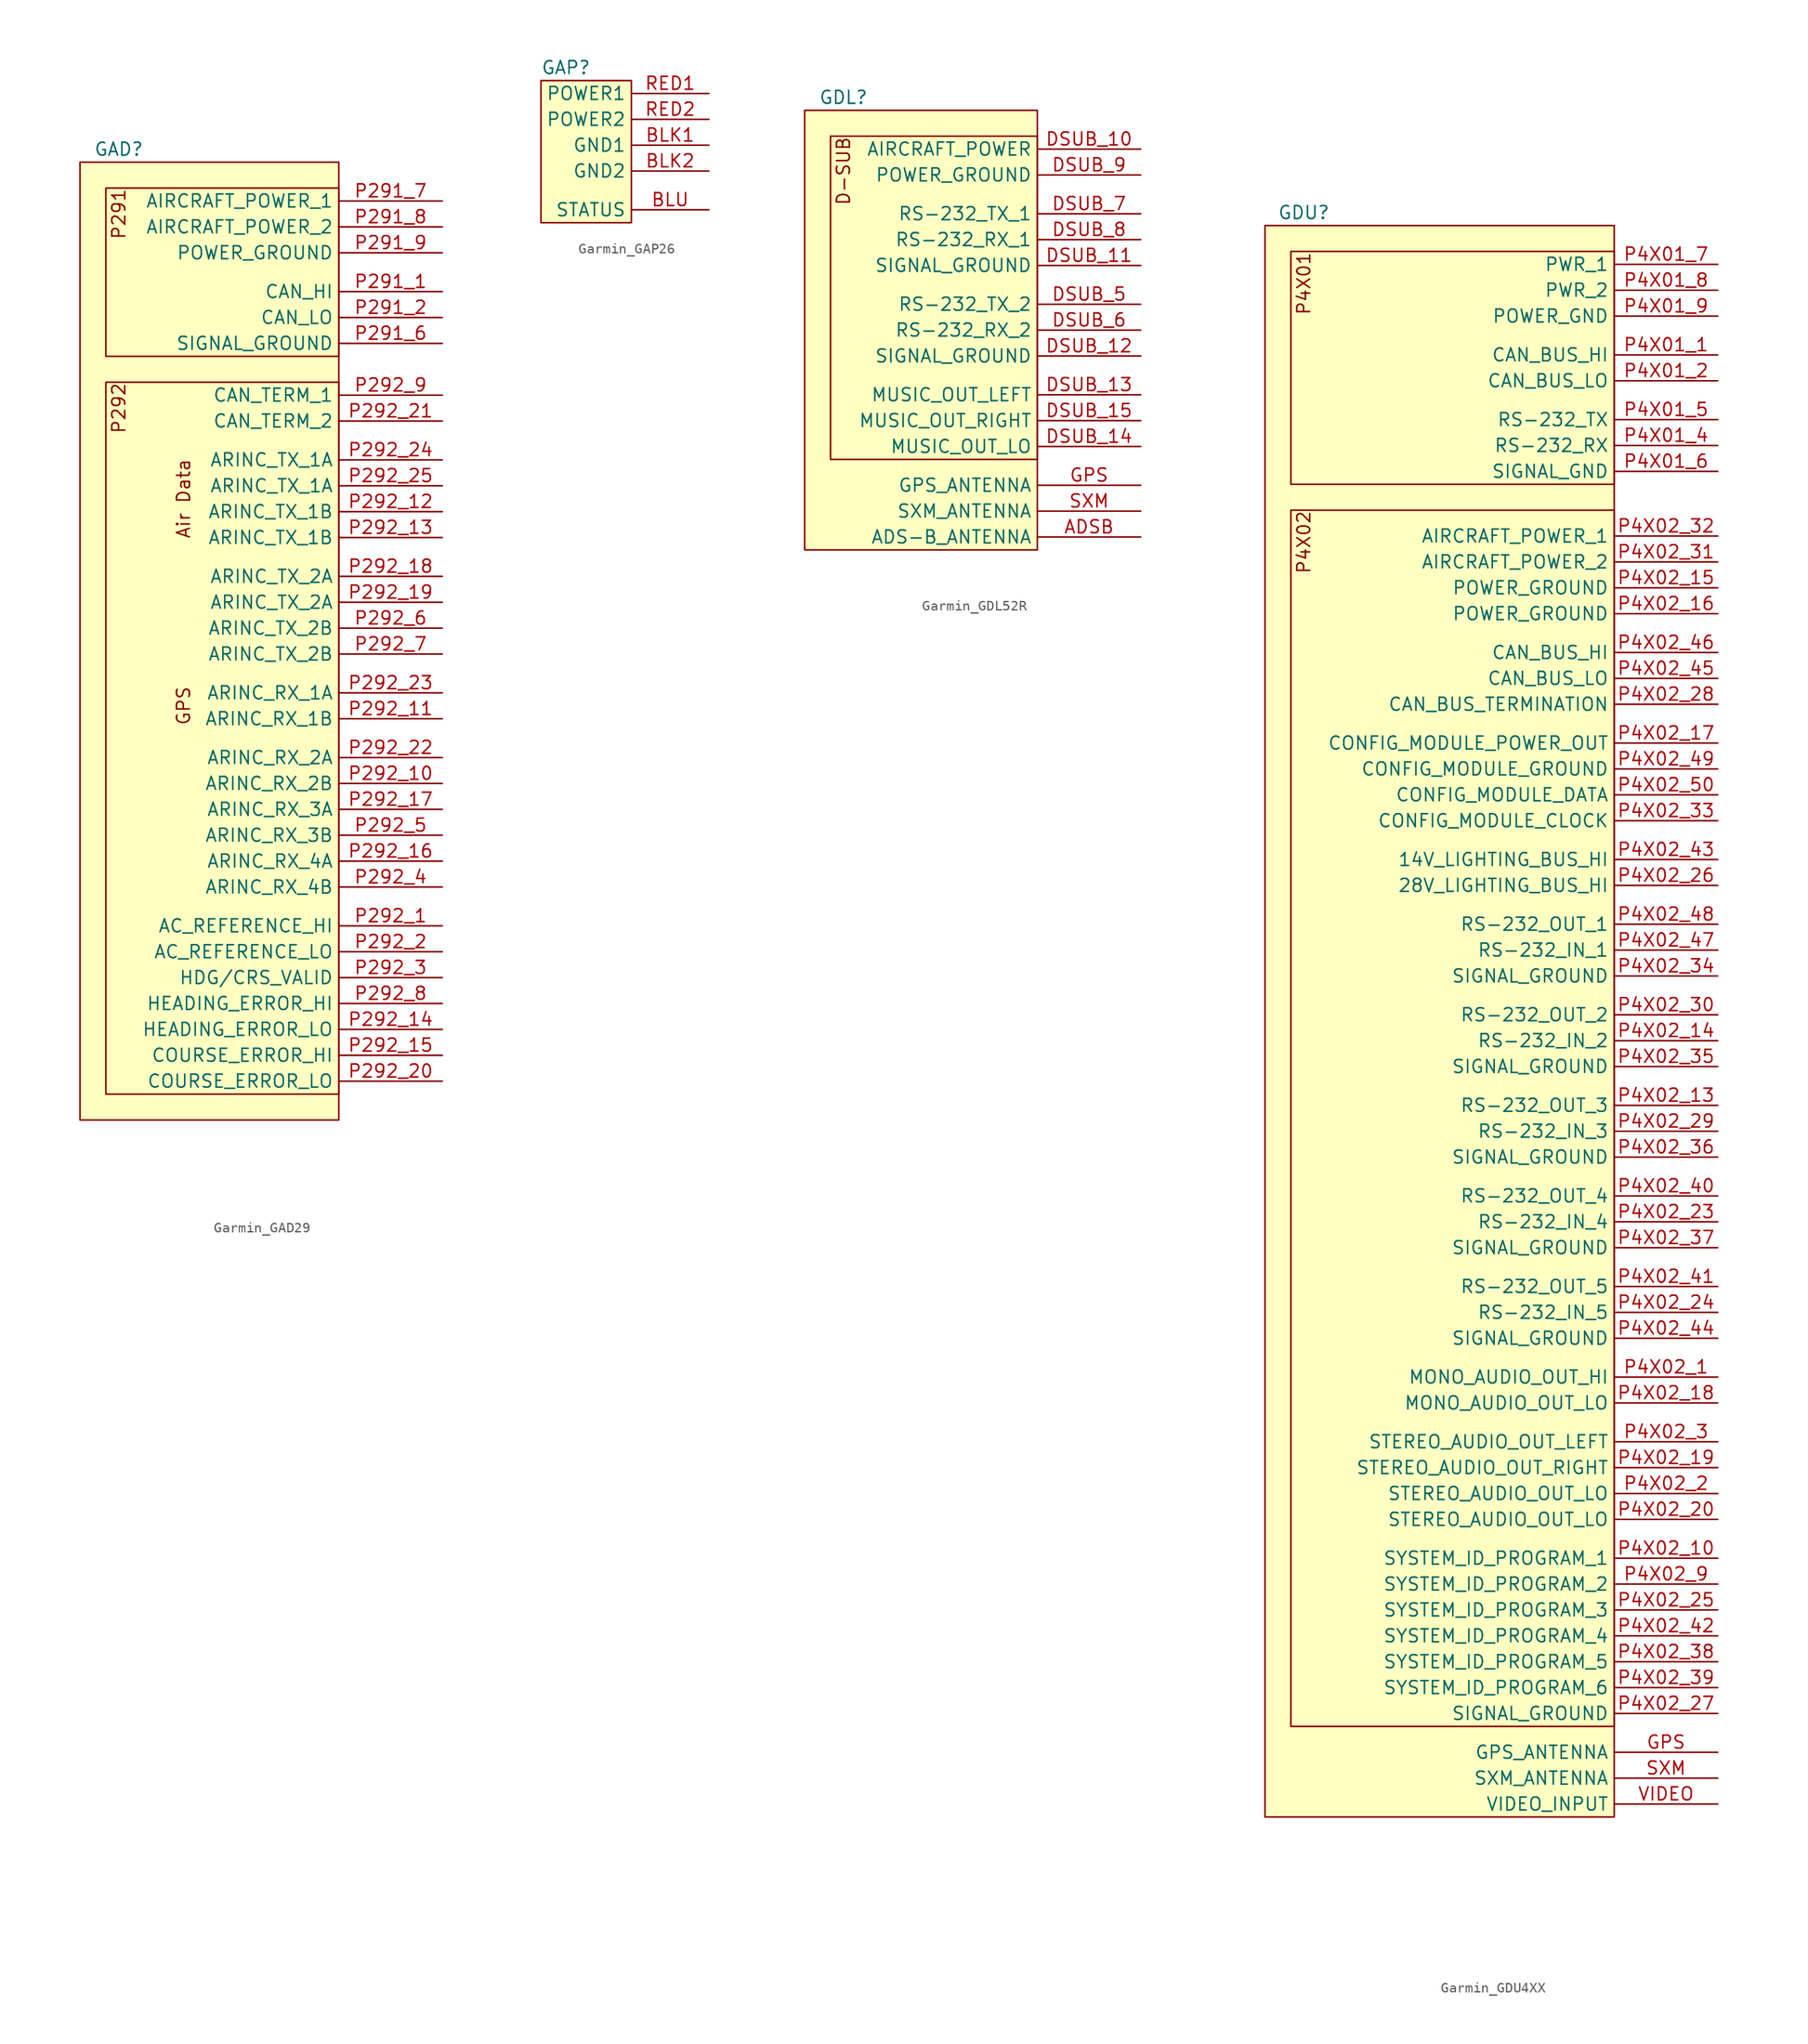
<source format=kicad_sym>
(kicad_symbol_lib
  (version 20220914)
  (generator kicad_symbol_editor)
  (symbol "Garmin_GAD29"
    (property "Reference" "GAD"
      (at 3.81 1.27 0)
      (effects (font (size 1.27 1.27))))
    (property "Value" ""
      (at 0 0 0)
      (effects (font (size 1.27 1.27))))
    (symbol "Garmin_GAD29_1_1"
      (rectangle (start 0 0) (end 25.4 -93.98) (stroke (width 0) (type default)) (fill (type background)))
      (rectangle (start 2.54 -21.59) (end 25.4 -91.44) (stroke (width 0) (type default)) (fill (type background)))
      (rectangle (start 2.54 -2.54) (end 25.4 -19.05) (stroke (width 0) (type default)) (fill (type background)))
      (text "Air Data" (at 10.16 -33.02 900) (effects (font (size 1.27 1.27))))
      (text "GPS" (at 10.16 -53.34 900) (effects (font (size 1.27 1.27))))
      (text "P291" (at 3.81 -2.54 900) (effects (font (size 1.27 1.27)) (justify right)))
      (text "P292" (at 3.81 -21.59 900) (effects (font (size 1.27 1.27)) (justify right)))
      (pin bidirectional line (at 35.56 -12.7 180) (length 10.16) (name "CAN_HI" (effects (font (size 1.27 1.27)))) (number "P291_1" (effects (font (size 1.27 1.27)))))
      (pin bidirectional line (at 35.56 -15.24 180) (length 10.16) (name "CAN_LO" (effects (font (size 1.27 1.27)))) (number "P291_2" (effects (font (size 1.27 1.27)))))
      (pin bidirectional line (at 35.56 -17.78 180) (length 10.16) (name "SIGNAL_GROUND" (effects (font (size 1.27 1.27)))) (number "P291_6" (effects (font (size 1.27 1.27)))))
      (pin power_in line (at 35.56 -3.81 180) (length 10.16) (name "AIRCRAFT_POWER_1" (effects (font (size 1.27 1.27)))) (number "P291_7" (effects (font (size 1.27 1.27)))))
      (pin power_in line (at 35.56 -6.35 180) (length 10.16) (name "AIRCRAFT_POWER_2" (effects (font (size 1.27 1.27)))) (number "P291_8" (effects (font (size 1.27 1.27)))))
      (pin bidirectional line (at 35.56 -8.89 180) (length 10.16) (name "POWER_GROUND" (effects (font (size 1.27 1.27)))) (number "P291_9" (effects (font (size 1.27 1.27)))))
      (pin input line (at 35.56 -74.93 180) (length 10.16) (name "AC_REFERENCE_HI" (effects (font (size 1.27 1.27)))) (number "P292_1" (effects (font (size 1.27 1.27)))))
      (pin input line (at 35.56 -60.96 180) (length 10.16) (name "ARINC_RX_2B" (effects (font (size 1.27 1.27)))) (number "P292_10" (effects (font (size 1.27 1.27)))))
      (pin input line (at 35.56 -54.61 180) (length 10.16) (name "ARINC_RX_1B" (effects (font (size 1.27 1.27)))) (number "P292_11" (effects (font (size 1.27 1.27)))))
      (pin output line (at 35.56 -34.29 180) (length 10.16) (name "ARINC_TX_1B" (effects (font (size 1.27 1.27)))) (number "P292_12" (effects (font (size 1.27 1.27)))))
      (pin output line (at 35.56 -36.83 180) (length 10.16) (name "ARINC_TX_1B" (effects (font (size 1.27 1.27)))) (number "P292_13" (effects (font (size 1.27 1.27)))))
      (pin bidirectional line (at 35.56 -85.09 180) (length 10.16) (name "HEADING_ERROR_LO" (effects (font (size 1.27 1.27)))) (number "P292_14" (effects (font (size 1.27 1.27)))))
      (pin output line (at 35.56 -87.63 180) (length 10.16) (name "COURSE_ERROR_HI" (effects (font (size 1.27 1.27)))) (number "P292_15" (effects (font (size 1.27 1.27)))))
      (pin input line (at 35.56 -68.58 180) (length 10.16) (name "ARINC_RX_4A" (effects (font (size 1.27 1.27)))) (number "P292_16" (effects (font (size 1.27 1.27)))))
      (pin input line (at 35.56 -63.5 180) (length 10.16) (name "ARINC_RX_3A" (effects (font (size 1.27 1.27)))) (number "P292_17" (effects (font (size 1.27 1.27)))))
      (pin output line (at 35.56 -40.64 180) (length 10.16) (name "ARINC_TX_2A" (effects (font (size 1.27 1.27)))) (number "P292_18" (effects (font (size 1.27 1.27)))))
      (pin output line (at 35.56 -43.18 180) (length 10.16) (name "ARINC_TX_2A" (effects (font (size 1.27 1.27)))) (number "P292_19" (effects (font (size 1.27 1.27)))))
      (pin bidirectional line (at 35.56 -77.47 180) (length 10.16) (name "AC_REFERENCE_LO" (effects (font (size 1.27 1.27)))) (number "P292_2" (effects (font (size 1.27 1.27)))))
      (pin bidirectional line (at 35.56 -90.17 180) (length 10.16) (name "COURSE_ERROR_LO" (effects (font (size 1.27 1.27)))) (number "P292_20" (effects (font (size 1.27 1.27)))))
      (pin bidirectional line (at 35.56 -25.4 180) (length 10.16) (name "CAN_TERM_2" (effects (font (size 1.27 1.27)))) (number "P292_21" (effects (font (size 1.27 1.27)))))
      (pin input line (at 35.56 -58.42 180) (length 10.16) (name "ARINC_RX_2A" (effects (font (size 1.27 1.27)))) (number "P292_22" (effects (font (size 1.27 1.27)))))
      (pin input line (at 35.56 -52.07 180) (length 10.16) (name "ARINC_RX_1A" (effects (font (size 1.27 1.27)))) (number "P292_23" (effects (font (size 1.27 1.27)))))
      (pin output line (at 35.56 -29.21 180) (length 10.16) (name "ARINC_TX_1A" (effects (font (size 1.27 1.27)))) (number "P292_24" (effects (font (size 1.27 1.27)))))
      (pin output line (at 35.56 -31.75 180) (length 10.16) (name "ARINC_TX_1A" (effects (font (size 1.27 1.27)))) (number "P292_25" (effects (font (size 1.27 1.27)))))
      (pin output line (at 35.56 -80.01 180) (length 10.16) (name "HDG/CRS_VALID" (effects (font (size 1.27 1.27)))) (number "P292_3" (effects (font (size 1.27 1.27)))))
      (pin input line (at 35.56 -71.12 180) (length 10.16) (name "ARINC_RX_4B" (effects (font (size 1.27 1.27)))) (number "P292_4" (effects (font (size 1.27 1.27)))))
      (pin input line (at 35.56 -66.04 180) (length 10.16) (name "ARINC_RX_3B" (effects (font (size 1.27 1.27)))) (number "P292_5" (effects (font (size 1.27 1.27)))))
      (pin output line (at 35.56 -45.72 180) (length 10.16) (name "ARINC_TX_2B" (effects (font (size 1.27 1.27)))) (number "P292_6" (effects (font (size 1.27 1.27)))))
      (pin output line (at 35.56 -48.26 180) (length 10.16) (name "ARINC_TX_2B" (effects (font (size 1.27 1.27)))) (number "P292_7" (effects (font (size 1.27 1.27)))))
      (pin output line (at 35.56 -82.55 180) (length 10.16) (name "HEADING_ERROR_HI" (effects (font (size 1.27 1.27)))) (number "P292_8" (effects (font (size 1.27 1.27)))))
      (pin bidirectional line (at 35.56 -22.86 180) (length 10.16) (name "CAN_TERM_1" (effects (font (size 1.27 1.27)))) (number "P292_9" (effects (font (size 1.27 1.27)))))))
  (symbol "Garmin_GAP26"
    (property "Reference" "GAP"
      (at 0 1.27 0)
      (effects (font (size 1.27 1.27)) (justify left)))
    (property "Value" ""
      (at 5.08 0 0)
      (effects (font (size 1.27 1.27))))
    (symbol "Garmin_GAP26_1_1"
      (rectangle (start 0 0) (end 8.89 -13.97) (stroke (width 0) (type default)) (fill (type background)))
      (pin bidirectional line (at 16.51 -6.35 180) (length 7.62) (name "GND1" (effects (font (size 1.27 1.27)))) (number "BLK1" (effects (font (size 1.27 1.27)))))
      (pin bidirectional line (at 16.51 -8.89 180) (length 7.62) (name "GND2" (effects (font (size 1.27 1.27)))) (number "BLK2" (effects (font (size 1.27 1.27)))))
      (pin output line (at 16.51 -12.7 180) (length 7.62) (name "STATUS" (effects (font (size 1.27 1.27)))) (number "BLU" (effects (font (size 1.27 1.27)))))
      (pin power_in line (at 16.51 -1.27 180) (length 7.62) (name "POWER1" (effects (font (size 1.27 1.27)))) (number "RED1" (effects (font (size 1.27 1.27)))))
      (pin power_in line (at 16.51 -3.81 180) (length 7.62) (name "POWER2" (effects (font (size 1.27 1.27)))) (number "RED2" (effects (font (size 1.27 1.27)))))))
  (symbol "Garmin_GDL52R"
    (property "Reference" "GDL"
      (at 3.81 1.27 0)
      (effects (font (size 1.27 1.27))))
    (property "Value" ""
      (at 2.54 -1.27 0)
      (effects (font (size 1.27 1.27))))
    (symbol "Garmin_GDL52R_1_1"
      (rectangle (start 0 0) (end 22.86 -43.18) (stroke (width 0) (type default)) (fill (type background)))
      (rectangle (start 2.54 -2.54) (end 22.86 -34.29) (stroke (width 0) (type default)) (fill (type background)))
      (text "D-SUB" (at 3.81 -2.54 900) (effects (font (size 1.27 1.27)) (justify right)))
      (pin input line (at 33.02 -41.91 180) (length 10.16) (name "ADS-B_ANTENNA" (effects (font (size 1.27 1.27)))) (number "ADSB" (effects (font (size 1.27 1.27)))))
      (pin input line (at 33.02 -3.81 180) (length 10.16) (name "AIRCRAFT_POWER" (effects (font (size 1.27 1.27)))) (number "DSUB_10" (effects (font (size 1.27 1.27)))))
      (pin bidirectional line (at 33.02 -15.24 180) (length 10.16) (name "SIGNAL_GROUND" (effects (font (size 1.27 1.27)))) (number "DSUB_11" (effects (font (size 1.27 1.27)))))
      (pin bidirectional line (at 33.02 -24.13 180) (length 10.16) (name "SIGNAL_GROUND" (effects (font (size 1.27 1.27)))) (number "DSUB_12" (effects (font (size 1.27 1.27)))))
      (pin output line (at 33.02 -27.94 180) (length 10.16) (name "MUSIC_OUT_LEFT" (effects (font (size 1.27 1.27)))) (number "DSUB_13" (effects (font (size 1.27 1.27)))))
      (pin bidirectional line (at 33.02 -33.02 180) (length 10.16) (name "MUSIC_OUT_LO" (effects (font (size 1.27 1.27)))) (number "DSUB_14" (effects (font (size 1.27 1.27)))))
      (pin output line (at 33.02 -30.48 180) (length 10.16) (name "MUSIC_OUT_RIGHT" (effects (font (size 1.27 1.27)))) (number "DSUB_15" (effects (font (size 1.27 1.27)))))
      (pin output line (at 33.02 -19.05 180) (length 10.16) (name "RS-232_TX_2" (effects (font (size 1.27 1.27)))) (number "DSUB_5" (effects (font (size 1.27 1.27)))))
      (pin input line (at 33.02 -21.59 180) (length 10.16) (name "RS-232_RX_2" (effects (font (size 1.27 1.27)))) (number "DSUB_6" (effects (font (size 1.27 1.27)))))
      (pin output line (at 33.02 -10.16 180) (length 10.16) (name "RS-232_TX_1" (effects (font (size 1.27 1.27)))) (number "DSUB_7" (effects (font (size 1.27 1.27)))))
      (pin input line (at 33.02 -12.7 180) (length 10.16) (name "RS-232_RX_1" (effects (font (size 1.27 1.27)))) (number "DSUB_8" (effects (font (size 1.27 1.27)))))
      (pin bidirectional line (at 33.02 -6.35 180) (length 10.16) (name "POWER_GROUND" (effects (font (size 1.27 1.27)))) (number "DSUB_9" (effects (font (size 1.27 1.27)))))
      (pin input line (at 33.02 -36.83 180) (length 10.16) (name "GPS_ANTENNA" (effects (font (size 1.27 1.27)))) (number "GPS" (effects (font (size 1.27 1.27)))))
      (pin input line (at 33.02 -39.37 180) (length 10.16) (name "SXM_ANTENNA" (effects (font (size 1.27 1.27)))) (number "SXM" (effects (font (size 1.27 1.27)))))))
  (symbol "Garmin_GDU4XX"
    (property "Reference" "GDU"
      (at 3.81 1.27 0)
      (effects (font (size 1.27 1.27))))
    (property "Value" ""
      (at 2.54 0 0)
      (effects (font (size 1.27 1.27))))
    (symbol "Garmin_GDU4XX_1_1"
      (rectangle (start 0 0) (end 34.29 -156.21) (stroke (width 0) (type default)) (fill (type background)))
      (rectangle (start 2.54 -27.94) (end 34.29 -147.32) (stroke (width 0) (type default)) (fill (type background)))
      (rectangle (start 2.54 -2.54) (end 34.29 -25.4) (stroke (width 0) (type default)) (fill (type background)))
      (text "P4X01" (at 3.81 -2.54 900) (effects (font (size 1.27 1.27)) (justify right)))
      (text "P4X02" (at 3.81 -27.94 900) (effects (font (size 1.27 1.27)) (justify right)))
      (pin input line (at 44.45 -149.86 180) (length 10.16) (name "GPS_ANTENNA" (effects (font (size 1.27 1.27)))) (number "GPS" (effects (font (size 1.27 1.27)))))
      (pin bidirectional line (at 44.45 -12.7 180) (length 10.16) (name "CAN_BUS_HI" (effects (font (size 1.27 1.27)))) (number "P4X01_1" (effects (font (size 1.27 1.27)))))
      (pin bidirectional line (at 44.45 -15.24 180) (length 10.16) (name "CAN_BUS_LO" (effects (font (size 1.27 1.27)))) (number "P4X01_2" (effects (font (size 1.27 1.27)))))
      (pin input line (at 44.45 -21.59 180) (length 10.16) (name "RS-232_RX" (effects (font (size 1.27 1.27)))) (number "P4X01_4" (effects (font (size 1.27 1.27)))))
      (pin output line (at 44.45 -19.05 180) (length 10.16) (name "RS-232_TX" (effects (font (size 1.27 1.27)))) (number "P4X01_5" (effects (font (size 1.27 1.27)))))
      (pin passive line (at 44.45 -24.13 180) (length 10.16) (name "SIGNAL_GND" (effects (font (size 1.27 1.27)))) (number "P4X01_6" (effects (font (size 1.27 1.27)))))
      (pin power_in line (at 44.45 -3.81 180) (length 10.16) (name "PWR_1" (effects (font (size 1.27 1.27)))) (number "P4X01_7" (effects (font (size 1.27 1.27)))))
      (pin power_in line (at 44.45 -6.35 180) (length 10.16) (name "PWR_2" (effects (font (size 1.27 1.27)))) (number "P4X01_8" (effects (font (size 1.27 1.27)))))
      (pin passive line (at 44.45 -8.89 180) (length 10.16) (name "POWER_GND" (effects (font (size 1.27 1.27)))) (number "P4X01_9" (effects (font (size 1.27 1.27)))))
      (pin output line (at 44.45 -113.03 180) (length 10.16) (name "MONO_AUDIO_OUT_HI" (effects (font (size 1.27 1.27)))) (number "P4X02_1" (effects (font (size 1.27 1.27)))))
      (pin bidirectional line (at 44.45 -130.81 180) (length 10.16) (name "SYSTEM_ID_PROGRAM_1" (effects (font (size 1.27 1.27)))) (number "P4X02_10" (effects (font (size 1.27 1.27)))))
      (pin output line (at 44.45 -86.36 180) (length 10.16) (name "RS-232_OUT_3" (effects (font (size 1.27 1.27)))) (number "P4X02_13" (effects (font (size 1.27 1.27)))))
      (pin input line (at 44.45 -80.01 180) (length 10.16) (name "RS-232_IN_2" (effects (font (size 1.27 1.27)))) (number "P4X02_14" (effects (font (size 1.27 1.27)))))
      (pin passive line (at 44.45 -35.56 180) (length 10.16) (name "POWER_GROUND" (effects (font (size 1.27 1.27)))) (number "P4X02_15" (effects (font (size 1.27 1.27)))))
      (pin passive line (at 44.45 -38.1 180) (length 10.16) (name "POWER_GROUND" (effects (font (size 1.27 1.27)))) (number "P4X02_16" (effects (font (size 1.27 1.27)))))
      (pin power_out line (at 44.45 -50.8 180) (length 10.16) (name "CONFIG_MODULE_POWER_OUT" (effects (font (size 1.27 1.27)))) (number "P4X02_17" (effects (font (size 1.27 1.27)))))
      (pin passive line (at 44.45 -115.57 180) (length 10.16) (name "MONO_AUDIO_OUT_LO" (effects (font (size 1.27 1.27)))) (number "P4X02_18" (effects (font (size 1.27 1.27)))))
      (pin output line (at 44.45 -121.92 180) (length 10.16) (name "STEREO_AUDIO_OUT_RIGHT" (effects (font (size 1.27 1.27)))) (number "P4X02_19" (effects (font (size 1.27 1.27)))))
      (pin passive line (at 44.45 -124.46 180) (length 10.16) (name "STEREO_AUDIO_OUT_LO" (effects (font (size 1.27 1.27)))) (number "P4X02_2" (effects (font (size 1.27 1.27)))))
      (pin passive line (at 44.45 -127 180) (length 10.16) (name "STEREO_AUDIO_OUT_LO" (effects (font (size 1.27 1.27)))) (number "P4X02_20" (effects (font (size 1.27 1.27)))))
      (pin input line (at 44.45 -97.79 180) (length 10.16) (name "RS-232_IN_4" (effects (font (size 1.27 1.27)))) (number "P4X02_23" (effects (font (size 1.27 1.27)))))
      (pin input line (at 44.45 -106.68 180) (length 10.16) (name "RS-232_IN_5" (effects (font (size 1.27 1.27)))) (number "P4X02_24" (effects (font (size 1.27 1.27)))))
      (pin bidirectional line (at 44.45 -135.89 180) (length 10.16) (name "SYSTEM_ID_PROGRAM_3" (effects (font (size 1.27 1.27)))) (number "P4X02_25" (effects (font (size 1.27 1.27)))))
      (pin input line (at 44.45 -64.77 180) (length 10.16) (name "28V_LIGHTING_BUS_HI" (effects (font (size 1.27 1.27)))) (number "P4X02_26" (effects (font (size 1.27 1.27)))))
      (pin passive line (at 44.45 -146.05 180) (length 10.16) (name "SIGNAL_GROUND" (effects (font (size 1.27 1.27)))) (number "P4X02_27" (effects (font (size 1.27 1.27)))))
      (pin passive line (at 44.45 -46.99 180) (length 10.16) (name "CAN_BUS_TERMINATION" (effects (font (size 1.27 1.27)))) (number "P4X02_28" (effects (font (size 1.27 1.27)))))
      (pin input line (at 44.45 -88.9 180) (length 10.16) (name "RS-232_IN_3" (effects (font (size 1.27 1.27)))) (number "P4X02_29" (effects (font (size 1.27 1.27)))))
      (pin output line (at 44.45 -119.38 180) (length 10.16) (name "STEREO_AUDIO_OUT_LEFT" (effects (font (size 1.27 1.27)))) (number "P4X02_3" (effects (font (size 1.27 1.27)))))
      (pin output line (at 44.45 -77.47 180) (length 10.16) (name "RS-232_OUT_2" (effects (font (size 1.27 1.27)))) (number "P4X02_30" (effects (font (size 1.27 1.27)))))
      (pin power_in line (at 44.45 -33.02 180) (length 10.16) (name "AIRCRAFT_POWER_2" (effects (font (size 1.27 1.27)))) (number "P4X02_31" (effects (font (size 1.27 1.27)))))
      (pin power_in line (at 44.45 -30.48 180) (length 10.16) (name "AIRCRAFT_POWER_1" (effects (font (size 1.27 1.27)))) (number "P4X02_32" (effects (font (size 1.27 1.27)))))
      (pin output line (at 44.45 -58.42 180) (length 10.16) (name "CONFIG_MODULE_CLOCK" (effects (font (size 1.27 1.27)))) (number "P4X02_33" (effects (font (size 1.27 1.27)))))
      (pin passive line (at 44.45 -73.66 180) (length 10.16) (name "SIGNAL_GROUND" (effects (font (size 1.27 1.27)))) (number "P4X02_34" (effects (font (size 1.27 1.27)))))
      (pin passive line (at 44.45 -82.55 180) (length 10.16) (name "SIGNAL_GROUND" (effects (font (size 1.27 1.27)))) (number "P4X02_35" (effects (font (size 1.27 1.27)))))
      (pin passive line (at 44.45 -91.44 180) (length 10.16) (name "SIGNAL_GROUND" (effects (font (size 1.27 1.27)))) (number "P4X02_36" (effects (font (size 1.27 1.27)))))
      (pin passive line (at 44.45 -100.33 180) (length 10.16) (name "SIGNAL_GROUND" (effects (font (size 1.27 1.27)))) (number "P4X02_37" (effects (font (size 1.27 1.27)))))
      (pin bidirectional line (at 44.45 -140.97 180) (length 10.16) (name "SYSTEM_ID_PROGRAM_5" (effects (font (size 1.27 1.27)))) (number "P4X02_38" (effects (font (size 1.27 1.27)))))
      (pin bidirectional line (at 44.45 -143.51 180) (length 10.16) (name "SYSTEM_ID_PROGRAM_6" (effects (font (size 1.27 1.27)))) (number "P4X02_39" (effects (font (size 1.27 1.27)))))
      (pin output line (at 44.45 -95.25 180) (length 10.16) (name "RS-232_OUT_4" (effects (font (size 1.27 1.27)))) (number "P4X02_40" (effects (font (size 1.27 1.27)))))
      (pin output line (at 44.45 -104.14 180) (length 10.16) (name "RS-232_OUT_5" (effects (font (size 1.27 1.27)))) (number "P4X02_41" (effects (font (size 1.27 1.27)))))
      (pin bidirectional line (at 44.45 -138.43 180) (length 10.16) (name "SYSTEM_ID_PROGRAM_4" (effects (font (size 1.27 1.27)))) (number "P4X02_42" (effects (font (size 1.27 1.27)))))
      (pin input line (at 44.45 -62.23 180) (length 10.16) (name "14V_LIGHTING_BUS_HI" (effects (font (size 1.27 1.27)))) (number "P4X02_43" (effects (font (size 1.27 1.27)))))
      (pin passive line (at 44.45 -109.22 180) (length 10.16) (name "SIGNAL_GROUND" (effects (font (size 1.27 1.27)))) (number "P4X02_44" (effects (font (size 1.27 1.27)))))
      (pin bidirectional line (at 44.45 -44.45 180) (length 10.16) (name "CAN_BUS_LO" (effects (font (size 1.27 1.27)))) (number "P4X02_45" (effects (font (size 1.27 1.27)))))
      (pin bidirectional line (at 44.45 -41.91 180) (length 10.16) (name "CAN_BUS_HI" (effects (font (size 1.27 1.27)))) (number "P4X02_46" (effects (font (size 1.27 1.27)))))
      (pin input line (at 44.45 -71.12 180) (length 10.16) (name "RS-232_IN_1" (effects (font (size 1.27 1.27)))) (number "P4X02_47" (effects (font (size 1.27 1.27)))))
      (pin output line (at 44.45 -68.58 180) (length 10.16) (name "RS-232_OUT_1" (effects (font (size 1.27 1.27)))) (number "P4X02_48" (effects (font (size 1.27 1.27)))))
      (pin passive line (at 44.45 -53.34 180) (length 10.16) (name "CONFIG_MODULE_GROUND" (effects (font (size 1.27 1.27)))) (number "P4X02_49" (effects (font (size 1.27 1.27)))))
      (pin bidirectional line (at 44.45 -55.88 180) (length 10.16) (name "CONFIG_MODULE_DATA" (effects (font (size 1.27 1.27)))) (number "P4X02_50" (effects (font (size 1.27 1.27)))))
      (pin bidirectional line (at 44.45 -133.35 180) (length 10.16) (name "SYSTEM_ID_PROGRAM_2" (effects (font (size 1.27 1.27)))) (number "P4X02_9" (effects (font (size 1.27 1.27)))))
      (pin input line (at 44.45 -152.4 180) (length 10.16) (name "SXM_ANTENNA" (effects (font (size 1.27 1.27)))) (number "SXM" (effects (font (size 1.27 1.27)))))
      (pin input line (at 44.45 -154.94 180) (length 10.16) (name "VIDEO_INPUT" (effects (font (size 1.27 1.27)))) (number "VIDEO" (effects (font (size 1.27 1.27))))))))
</source>
